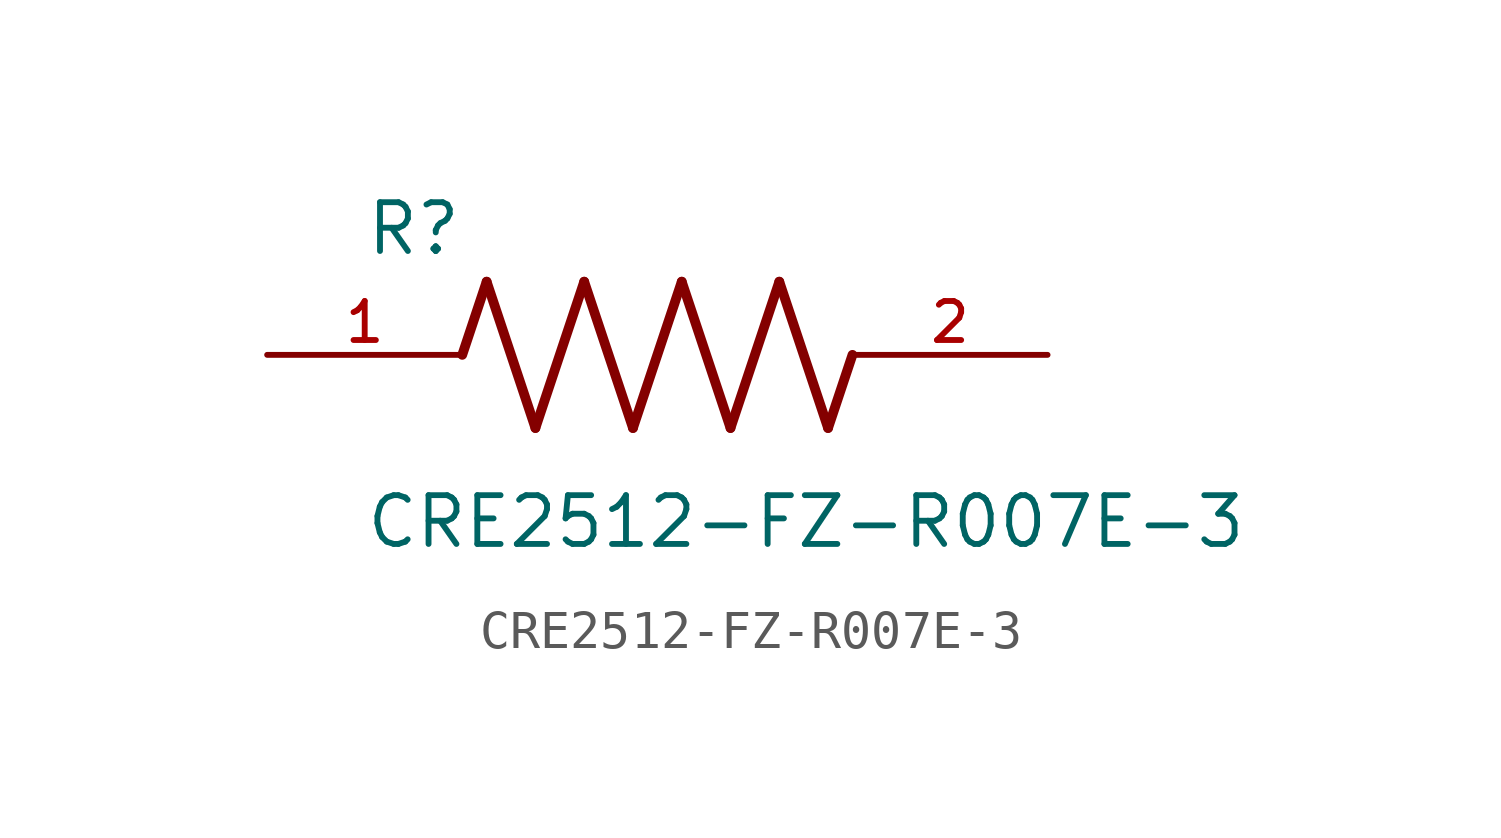
<source format=kicad_sym>
(kicad_symbol_lib
  (version 20211014)
  (generator kicad_symbol_editor)
  (symbol "CRE2512-FZ-R007E-3"
    (pin_names
      (offset 1.016))
    (property "Reference" "R"
      (at -7.624 2.541 0)
      (effects (font (size 1.27 1.27)) (justify bottom left)))
    (property "Value" "CRE2512-FZ-R007E-3"
      (at -7.63 -5.087 0)
      (effects (font (size 1.27 1.27)) (justify bottom left)))
    (symbol "CRE2512-FZ-R007E-3_0_0"
      (polyline (pts (xy -5.08 0.0) (xy -4.445 1.905)) (stroke (width 0.254)))
      (polyline (pts (xy -4.445 1.905) (xy -3.175 -1.905)) (stroke (width 0.254)))
      (polyline (pts (xy -3.175 -1.905) (xy -1.905 1.905)) (stroke (width 0.254)))
      (polyline (pts (xy -1.905 1.905) (xy -0.635 -1.905)) (stroke (width 0.254)))
      (polyline (pts (xy -0.635 -1.905) (xy 0.635 1.905)) (stroke (width 0.254)))
      (polyline (pts (xy 0.635 1.905) (xy 1.905 -1.905)) (stroke (width 0.254)))
      (polyline (pts (xy 1.905 -1.905) (xy 3.175 1.905)) (stroke (width 0.254)))
      (polyline (pts (xy 3.175 1.905) (xy 4.445 -1.905)) (stroke (width 0.254)))
      (polyline (pts (xy 4.445 -1.905) (xy 5.08 0.0)) (stroke (width 0.254)))
      (pin passive line (at -10.16 0.0 0) (length 5.08) (name "~" (effects (font (size 1.016 1.016)))) (number "1" (effects (font (size 1.016 1.016)))))
      (pin passive line (at 10.16 0.0 180.0) (length 5.08) (name "~" (effects (font (size 1.016 1.016)))) (number "2" (effects (font (size 1.016 1.016))))))))
</source>
